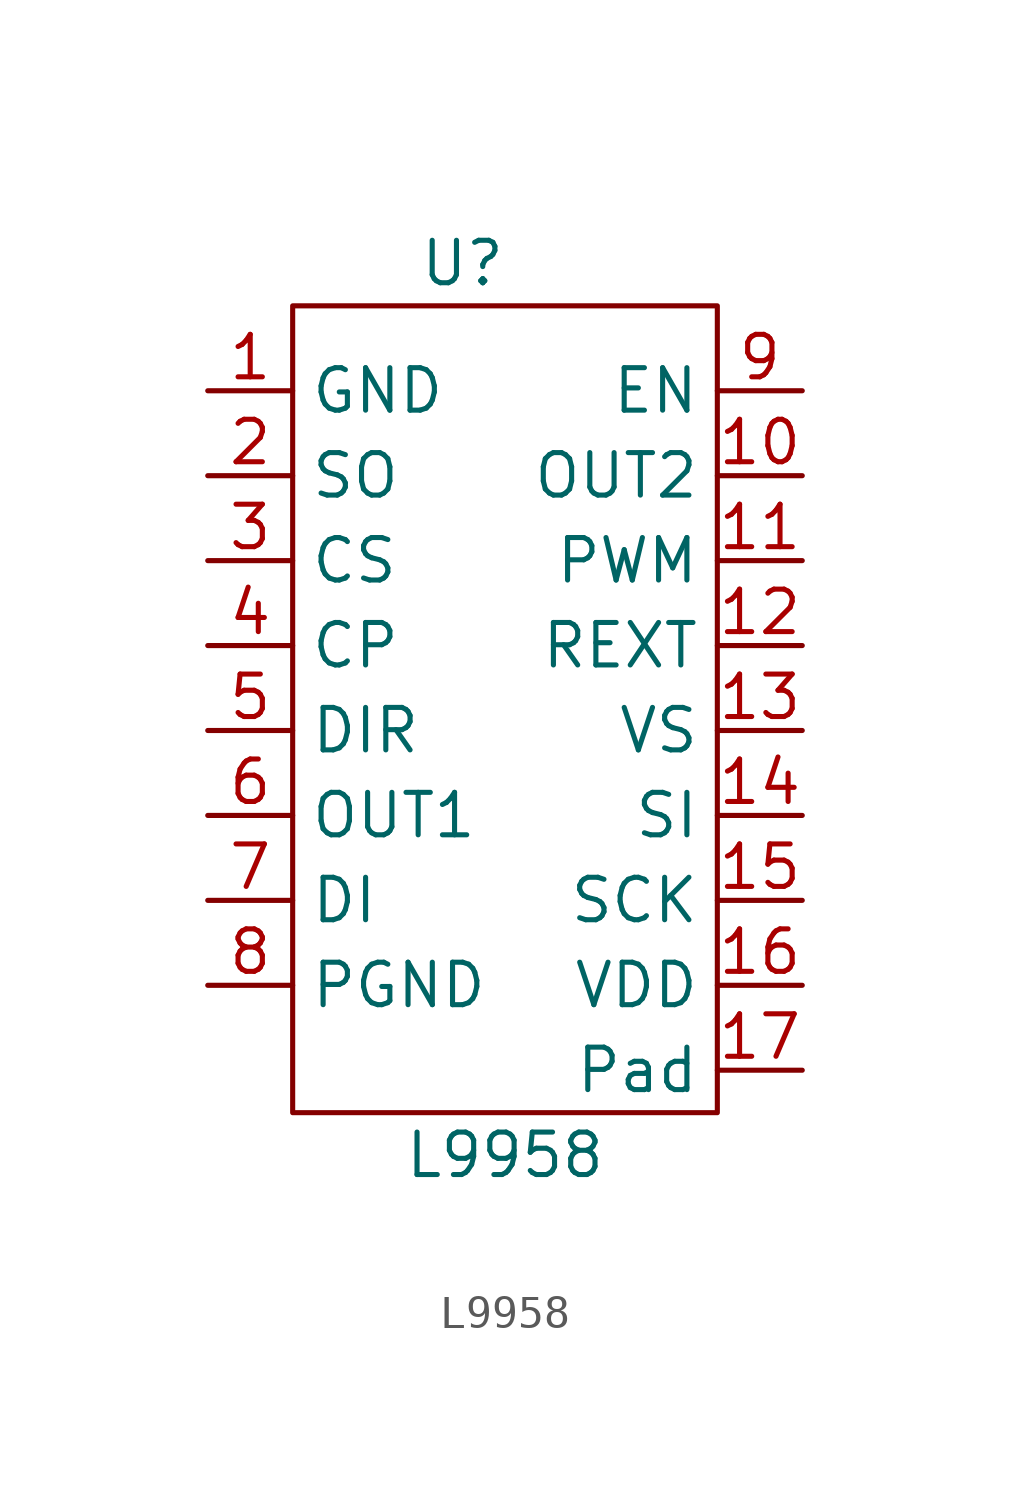
<source format=kicad_sym>
(kicad_symbol_lib
  (version 20211014)
  (generator kicad_symbol_editor)
  (symbol "L9958"
    (property "Reference" "U"
      (at 1.27 7.62 0)
      (effects (font (size 1.27 1.27))))
    (property "Value" "L9958"
      (at 2.54 -19.05 0)
      (effects (font (size 1.27 1.27))))
    (symbol "L9958_0_1"
      (rectangle (start -3.81 6.35) (end 8.89 -17.78) (stroke (width 0) (type default) (color 0 0 0 0)) (fill (type none))))
    (symbol "L9958_1_1"
      (pin power_in line (at -6.35 3.81 0) (length 2.54) (name "GND" (effects (font (size 1.27 1.27)))) (number "1" (effects (font (size 1.27 1.27)))))
      (pin power_out line (at 11.43 1.27 180) (length 2.54) (name "OUT2" (effects (font (size 1.27 1.27)))) (number "10" (effects (font (size 1.27 1.27)))))
      (pin input line (at 11.43 -1.27 180) (length 2.54) (name "PWM" (effects (font (size 1.27 1.27)))) (number "11" (effects (font (size 1.27 1.27)))))
      (pin input line (at 11.43 -3.81 180) (length 2.54) (name "REXT" (effects (font (size 1.27 1.27)))) (number "12" (effects (font (size 1.27 1.27)))))
      (pin input line (at 11.43 -6.35 180) (length 2.54) (name "VS" (effects (font (size 1.27 1.27)))) (number "13" (effects (font (size 1.27 1.27)))))
      (pin input line (at 11.43 -8.89 180) (length 2.54) (name "SI" (effects (font (size 1.27 1.27)))) (number "14" (effects (font (size 1.27 1.27)))))
      (pin input line (at 11.43 -11.43 180) (length 2.54) (name "SCK" (effects (font (size 1.27 1.27)))) (number "15" (effects (font (size 1.27 1.27)))))
      (pin input line (at 11.43 -13.97 180) (length 2.54) (name "VDD" (effects (font (size 1.27 1.27)))) (number "16" (effects (font (size 1.27 1.27)))))
      (pin power_in line (at 11.43 -16.51 180) (length 2.54) (name "Pad" (effects (font (size 1.27 1.27)))) (number "17" (effects (font (size 1.27 1.27)))))
      (pin output line (at -6.35 1.27 0) (length 2.54) (name "SO" (effects (font (size 1.27 1.27)))) (number "2" (effects (font (size 1.27 1.27)))))
      (pin input line (at -6.35 -1.27 0) (length 2.54) (name "CS" (effects (font (size 1.27 1.27)))) (number "3" (effects (font (size 1.27 1.27)))))
      (pin output line (at -6.35 -3.81 0) (length 2.54) (name "CP" (effects (font (size 1.27 1.27)))) (number "4" (effects (font (size 1.27 1.27)))))
      (pin output line (at -6.35 -6.35 0) (length 2.54) (name "DIR" (effects (font (size 1.27 1.27)))) (number "5" (effects (font (size 1.27 1.27)))))
      (pin power_out line (at -6.35 -8.89 0) (length 2.54) (name "OUT1" (effects (font (size 1.27 1.27)))) (number "6" (effects (font (size 1.27 1.27)))))
      (pin input line (at -6.35 -11.43 0) (length 2.54) (name "DI" (effects (font (size 1.27 1.27)))) (number "7" (effects (font (size 1.27 1.27)))))
      (pin power_in line (at -6.35 -13.97 0) (length 2.54) (name "PGND" (effects (font (size 1.27 1.27)))) (number "8" (effects (font (size 1.27 1.27)))))
      (pin input line (at 11.43 3.81 180) (length 2.54) (name "EN" (effects (font (size 1.27 1.27)))) (number "9" (effects (font (size 1.27 1.27))))))))
</source>
